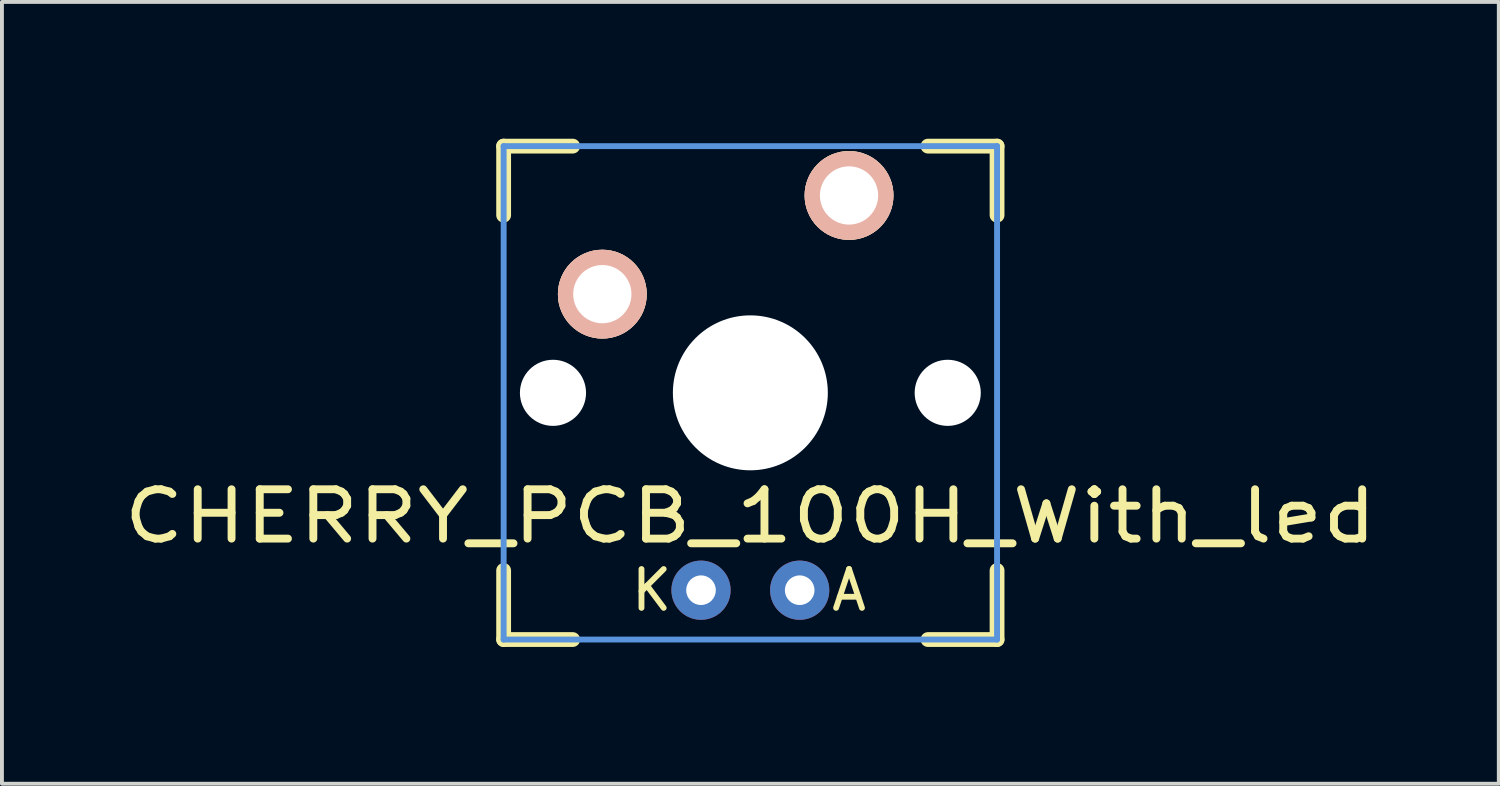
<source format=kicad_pcb>
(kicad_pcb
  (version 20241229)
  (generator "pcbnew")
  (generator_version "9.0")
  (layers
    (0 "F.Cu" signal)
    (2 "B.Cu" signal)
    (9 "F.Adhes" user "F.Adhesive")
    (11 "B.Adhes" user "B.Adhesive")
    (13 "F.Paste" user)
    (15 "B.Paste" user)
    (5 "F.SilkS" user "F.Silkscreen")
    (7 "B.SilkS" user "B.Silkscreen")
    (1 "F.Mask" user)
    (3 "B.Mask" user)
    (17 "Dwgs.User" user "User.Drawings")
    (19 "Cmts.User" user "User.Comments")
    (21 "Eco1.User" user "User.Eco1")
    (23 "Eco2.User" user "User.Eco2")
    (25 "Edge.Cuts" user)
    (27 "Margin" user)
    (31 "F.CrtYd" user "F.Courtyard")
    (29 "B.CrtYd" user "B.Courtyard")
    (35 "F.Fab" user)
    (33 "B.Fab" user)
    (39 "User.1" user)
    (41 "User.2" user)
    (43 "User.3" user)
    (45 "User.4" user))
  (footprint "CHERRY_PCB_100H_With_led"
    (layer "F.Cu")
    (at 16.263 7.061)
    (property "Reference" "CHERRY_PCB_100H_With_led" (at 0 3.175 0) (layer "F.SilkS") (effects (font (size 1.27 1.524) (thickness 0.203))))
    (attr through_hole)
    (fp_line (start -6.35 -6.35) (end -4.572 -6.35) (stroke (width 0.381) (type solid)) (layer "F.SilkS"))
    (fp_line (start -6.35 -4.572) (end -6.35 -6.35) (stroke (width 0.381) (type solid)) (layer "F.SilkS"))
    (fp_line (start -6.35 6.35) (end -6.35 4.572) (stroke (width 0.381) (type solid)) (layer "F.SilkS"))
    (fp_line (start -4.572 6.35) (end -6.35 6.35) (stroke (width 0.381) (type solid)) (layer "F.SilkS"))
    (fp_line (start 4.572 -6.35) (end 6.35 -6.35) (stroke (width 0.381) (type solid)) (layer "F.SilkS"))
    (fp_line (start 6.35 -6.35) (end 6.35 -4.572) (stroke (width 0.381) (type solid)) (layer "F.SilkS"))
    (fp_line (start 6.35 4.572) (end 6.35 6.35) (stroke (width 0.381) (type solid)) (layer "F.SilkS"))
    (fp_line (start 6.35 6.35) (end 4.572 6.35) (stroke (width 0.381) (type solid)) (layer "F.SilkS"))
    (fp_line (start -6.35 -6.35) (end 6.35 -6.35) (stroke (width 0.152) (type solid)) (layer "Cmts.User"))
    (fp_line (start -6.35 6.35) (end -6.35 -6.35) (stroke (width 0.152) (type solid)) (layer "Cmts.User"))
    (fp_line (start 6.35 -6.35) (end 6.35 6.35) (stroke (width 0.152) (type solid)) (layer "Cmts.User"))
    (fp_line (start 6.35 6.35) (end -6.35 6.35) (stroke (width 0.152) (type solid)) (layer "Cmts.User"))
    (fp_line (start -6.985 -6.985) (end 6.985 -6.985) (stroke (width 0.152) (type solid)) (layer "Eco2.User"))
    (fp_line (start -6.985 6.985) (end -6.985 -6.985) (stroke (width 0.152) (type solid)) (layer "Eco2.User"))
    (fp_line (start 6.985 -6.985) (end 6.985 6.985) (stroke (width 0.152) (type solid)) (layer "Eco2.User"))
    (fp_line (start 6.985 6.985) (end -6.985 6.985) (stroke (width 0.152) (type solid)) (layer "Eco2.User"))
    (fp_text user "K" (at -2.54 5.08 0) (layer "F.SilkS") (effects (font (size 1 1) (thickness 0.15))))
    (fp_text user "A" (at 2.54 5.08 0) (layer "F.SilkS") (effects (font (size 1 1) (thickness 0.15))))
    (pad "" np_thru_hole circle (at -5.08 0) (size 1.702 1.702) (drill 1.702) (layers "*.Cu"))
    (pad "" np_thru_hole circle (at 0 0) (size 3.988 3.988) (drill 3.988) (layers "*.Cu"))
    (pad "" np_thru_hole circle (at 5.08 0) (size 1.702 1.702) (drill 1.702) (layers "*.Cu"))
    (pad "1" thru_hole circle (at 2.54 -5.08) (size 2.286 2.286) (drill 1.499) (layers "*.Cu" "*.SilkS" "*.Mask"))
    (pad "2" thru_hole circle (at -3.81 -2.54) (size 2.286 2.286) (drill 1.499) (layers "*.Cu" "*.SilkS" "*.Mask"))
    (pad "3" thru_hole circle (at 1.27 5.08) (size 1.524 1.524) (drill 0.762) (layers "*.Cu" "*.Mask"))
    (pad "4" thru_hole circle (at -1.27 5.08) (size 1.524 1.524) (drill 0.762) (layers "*.Cu" "*.Mask")))
  (gr_rect
    (start -3 -3)
    (end 35.527 17.122)
    (stroke (width 0.1) (type default))
    (fill no)
    (layer "Edge.Cuts")))
</source>
